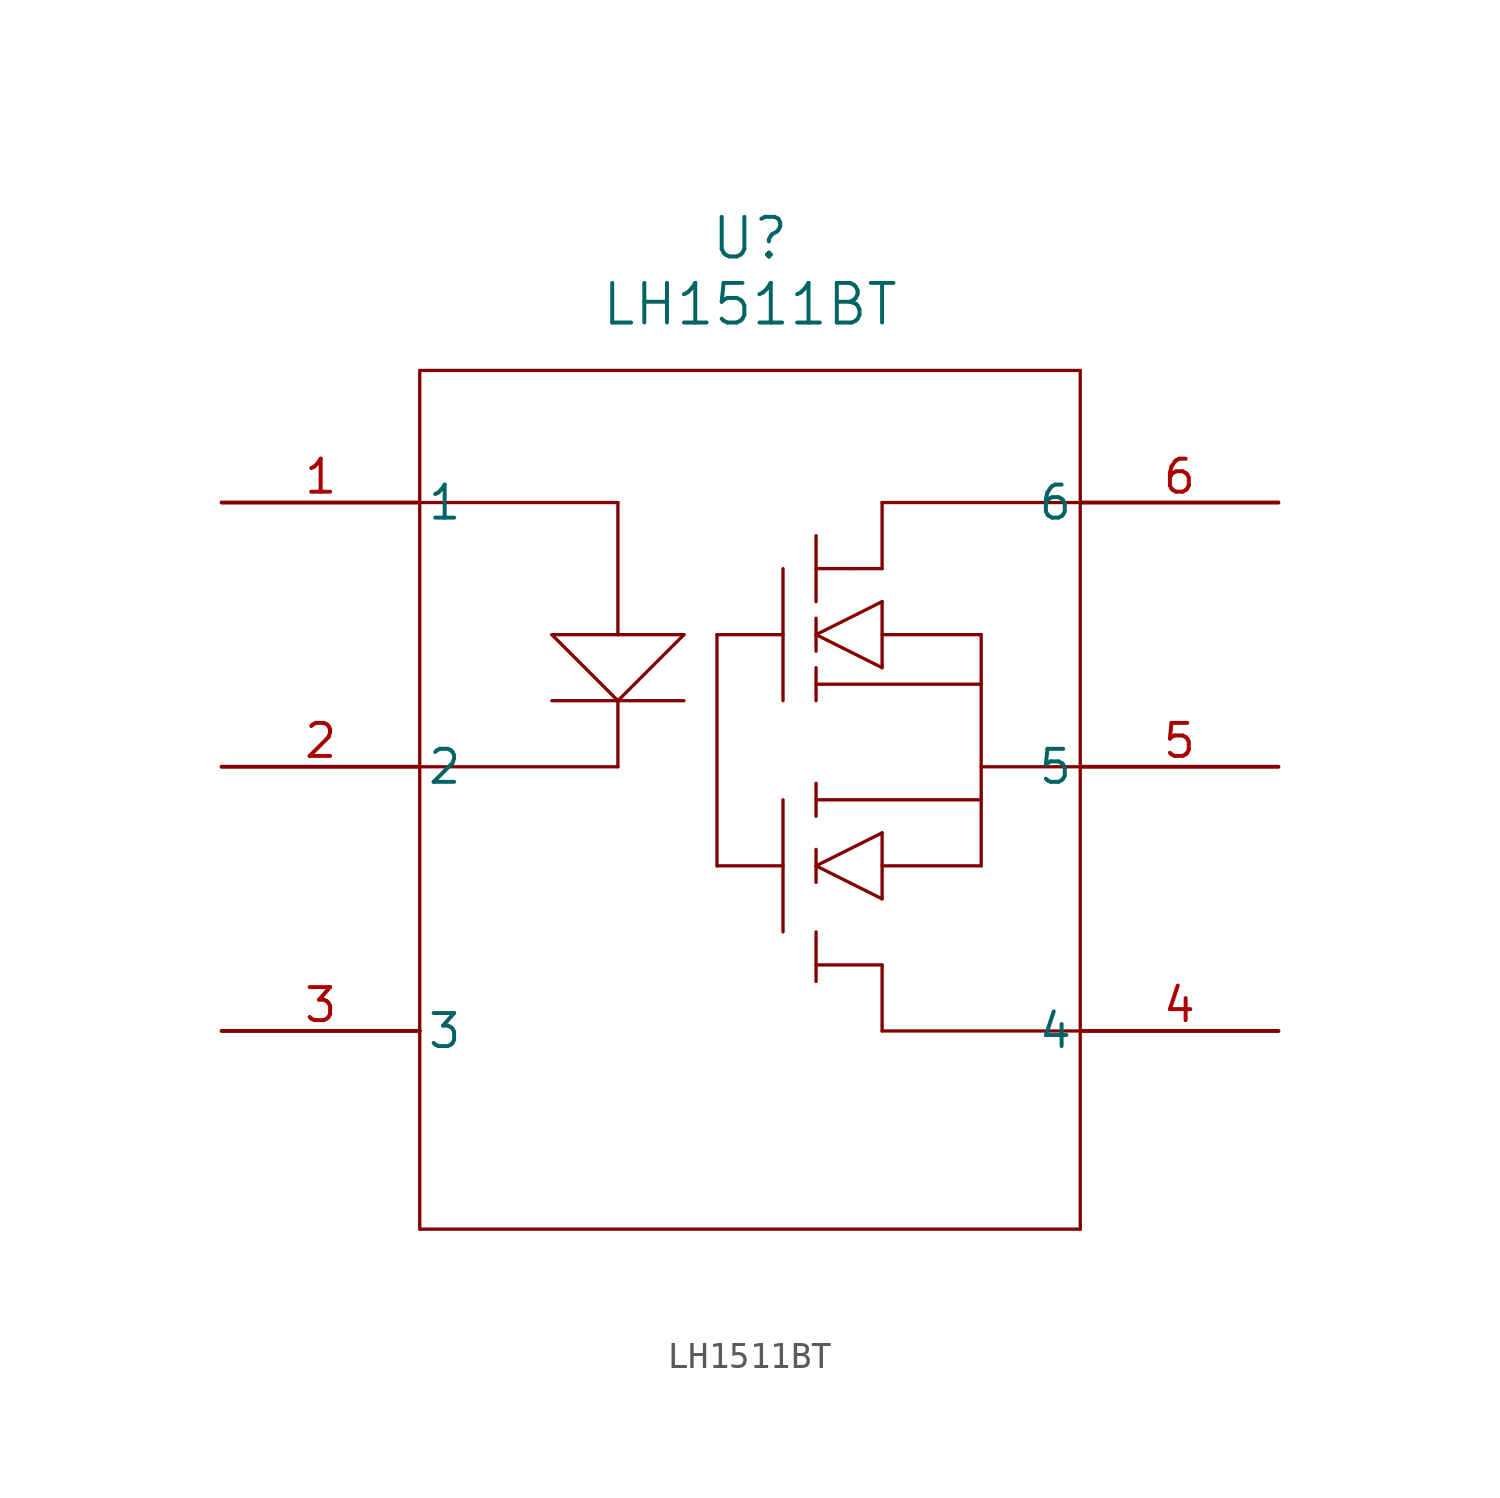
<source format=kicad_sym>
(kicad_symbol_lib
  (version 20211014)
  (generator kicad_symbol_editor)
  (symbol "LH1511BT"
    (pin_names
      (offset 0.254))
    (property "Reference" "U"
      (at 20.32 10.16 0)
      (effects (font (size 1.524 1.524))))
    (property "Value" "LH1511BT"
      (at 20.32 7.62 0)
      (effects (font (size 1.524 1.524))))
    (symbol "LH1511BT_0_1"
      (polyline (pts (xy 7.62 5.08) (xy 7.62 -27.94)) (stroke (width 0.127) (type default) (color 0 0 0 0)) (fill (type none)))
      (polyline (pts (xy 7.62 -27.94) (xy 33.02 -27.94)) (stroke (width 0.127) (type default) (color 0 0 0 0)) (fill (type none)))
      (polyline (pts (xy 33.02 -27.94) (xy 33.02 5.08)) (stroke (width 0.127) (type default) (color 0 0 0 0)) (fill (type none)))
      (polyline (pts (xy 33.02 5.08) (xy 7.62 5.08)) (stroke (width 0.127) (type default) (color 0 0 0 0)) (fill (type none)))
      (polyline (pts (xy 7.62 0) (xy 15.24 0)) (stroke (width 0.127) (type default) (color 0 0 0 0)) (fill (type none)))
      (polyline (pts (xy 15.24 0) (xy 15.24 -5.08)) (stroke (width 0.127) (type default) (color 0 0 0 0)) (fill (type none)))
      (polyline (pts (xy 15.24 -5.08) (xy 12.7 -5.08)) (stroke (width 0.127) (type default) (color 0 0 0 0)) (fill (type none)))
      (polyline (pts (xy 12.7 -5.08) (xy 15.24 -7.62)) (stroke (width 0.127) (type default) (color 0 0 0 0)) (fill (type none)))
      (polyline (pts (xy 15.24 -7.62) (xy 17.78 -5.08)) (stroke (width 0.127) (type default) (color 0 0 0 0)) (fill (type none)))
      (polyline (pts (xy 7.62 -10.16) (xy 15.24 -10.16)) (stroke (width 0.127) (type default) (color 0 0 0 0)) (fill (type none)))
      (polyline (pts (xy 15.24 -10.16) (xy 15.24 -7.62)) (stroke (width 0.127) (type default) (color 0 0 0 0)) (fill (type none)))
      (polyline (pts (xy 15.24 -5.08) (xy 17.78 -5.08)) (stroke (width 0.127) (type default) (color 0 0 0 0)) (fill (type none)))
      (polyline (pts (xy 12.7 -7.62) (xy 17.78 -7.62)) (stroke (width 0.127) (type default) (color 0 0 0 0)) (fill (type none)))
      (polyline (pts (xy 33.02 -20.32) (xy 25.4 -20.32)) (stroke (width 0.127) (type default) (color 0 0 0 0)) (fill (type none)))
      (polyline (pts (xy 25.4 -20.32) (xy 25.4 -17.78)) (stroke (width 0.127) (type default) (color 0 0 0 0)) (fill (type none)))
      (polyline (pts (xy 33.02 0) (xy 25.4 0)) (stroke (width 0.127) (type default) (color 0 0 0 0)) (fill (type none)))
      (polyline (pts (xy 25.4 0) (xy 25.4 -2.54)) (stroke (width 0.127) (type default) (color 0 0 0 0)) (fill (type none)))
      (polyline (pts (xy 25.4 -2.54) (xy 24.13 -2.54)) (stroke (width 0.127) (type default) (color 0 0 0 0)) (fill (type none)))
      (polyline (pts (xy 24.13 -2.54) (xy 22.86 -2.54)) (stroke (width 0.127) (type default) (color 0 0 0 0)) (fill (type none)))
      (polyline (pts (xy 22.86 -3.81) (xy 22.86 -1.27)) (stroke (width 0.127) (type default) (color 0 0 0 0)) (fill (type none)))
      (polyline (pts (xy 33.02 -10.16) (xy 29.21 -10.16)) (stroke (width 0.127) (type default) (color 0 0 0 0)) (fill (type none)))
      (polyline (pts (xy 21.59 -2.54) (xy 21.59 -7.62)) (stroke (width 0.127) (type default) (color 0 0 0 0)) (fill (type none)))
      (polyline (pts (xy 21.59 -5.08) (xy 19.05 -5.08)) (stroke (width 0.127) (type default) (color 0 0 0 0)) (fill (type none)))
      (polyline (pts (xy 19.05 -5.08) (xy 19.05 -13.97)) (stroke (width 0.127) (type default) (color 0 0 0 0)) (fill (type none)))
      (polyline (pts (xy 21.59 -11.43) (xy 21.59 -16.51)) (stroke (width 0.127) (type default) (color 0 0 0 0)) (fill (type none)))
      (polyline (pts (xy 19.05 -13.97) (xy 21.59 -13.97)) (stroke (width 0.127) (type default) (color 0 0 0 0)) (fill (type none)))
      (polyline (pts (xy 29.21 -13.97) (xy 29.21 -5.08)) (stroke (width 0.127) (type default) (color 0 0 0 0)) (fill (type none)))
      (polyline (pts (xy 29.21 -5.08) (xy 25.4 -5.08)) (stroke (width 0.127) (type default) (color 0 0 0 0)) (fill (type none)))
      (polyline (pts (xy 25.4 -6.35) (xy 25.4 -3.81)) (stroke (width 0.127) (type default) (color 0 0 0 0)) (fill (type none)))
      (polyline (pts (xy 25.4 -3.81) (xy 22.86 -5.08)) (stroke (width 0.127) (type default) (color 0 0 0 0)) (fill (type none)))
      (polyline (pts (xy 22.86 -5.08) (xy 25.4 -6.35)) (stroke (width 0.127) (type default) (color 0 0 0 0)) (fill (type none)))
      (polyline (pts (xy 29.21 -13.97) (xy 25.4 -13.97)) (stroke (width 0.127) (type default) (color 0 0 0 0)) (fill (type none)))
      (polyline (pts (xy 25.4 -15.24) (xy 25.4 -12.7)) (stroke (width 0.127) (type default) (color 0 0 0 0)) (fill (type none)))
      (polyline (pts (xy 25.4 -12.7) (xy 22.86 -13.97)) (stroke (width 0.127) (type default) (color 0 0 0 0)) (fill (type none)))
      (polyline (pts (xy 22.86 -13.97) (xy 25.4 -15.24)) (stroke (width 0.127) (type default) (color 0 0 0 0)) (fill (type none)))
      (polyline (pts (xy 25.4 -17.78) (xy 22.86 -17.78)) (stroke (width 0.127) (type default) (color 0 0 0 0)) (fill (type none)))
      (polyline (pts (xy 22.86 -4.445) (xy 22.86 -5.715)) (stroke (width 0.127) (type default) (color 0 0 0 0)) (fill (type none)))
      (polyline (pts (xy 22.86 -14.605) (xy 22.86 -13.335)) (stroke (width 0.127) (type default) (color 0 0 0 0)) (fill (type none)))
      (polyline (pts (xy 29.21 -11.43) (xy 22.86 -11.43)) (stroke (width 0.127) (type default) (color 0 0 0 0)) (fill (type none)))
      (polyline (pts (xy 22.86 -12.065) (xy 22.86 -10.795)) (stroke (width 0.127) (type default) (color 0 0 0 0)) (fill (type none)))
      (polyline (pts (xy 29.21 -6.985) (xy 22.86 -6.985)) (stroke (width 0.127) (type default) (color 0 0 0 0)) (fill (type none)))
      (polyline (pts (xy 22.86 -7.62) (xy 22.86 -6.35)) (stroke (width 0.127) (type default) (color 0 0 0 0)) (fill (type none)))
      (polyline (pts (xy 22.86 -16.51) (xy 22.86 -18.415)) (stroke (width 0.127) (type default) (color 0 0 0 0)) (fill (type none)))
      (pin unspecified line (at 0 0 0) (length 7.62) (name "1" (effects (font (size 1.27 1.27)))) (number "1" (effects (font (size 1.27 1.27)))))
      (pin unspecified line (at 0 -10.16 0) (length 7.62) (name "2" (effects (font (size 1.27 1.27)))) (number "2" (effects (font (size 1.27 1.27)))))
      (pin unspecified line (at 0 -20.32 0) (length 7.62) (name "3" (effects (font (size 1.27 1.27)))) (number "3" (effects (font (size 1.27 1.27)))))
      (pin unspecified line (at 40.64 -20.32 180) (length 7.62) (name "4" (effects (font (size 1.27 1.27)))) (number "4" (effects (font (size 1.27 1.27)))))
      (pin unspecified line (at 40.64 -10.16 180) (length 7.62) (name "5" (effects (font (size 1.27 1.27)))) (number "5" (effects (font (size 1.27 1.27)))))
      (pin unspecified line (at 40.64 0 180) (length 7.62) (name "6" (effects (font (size 1.27 1.27)))) (number "6" (effects (font (size 1.27 1.27))))))))
</source>
